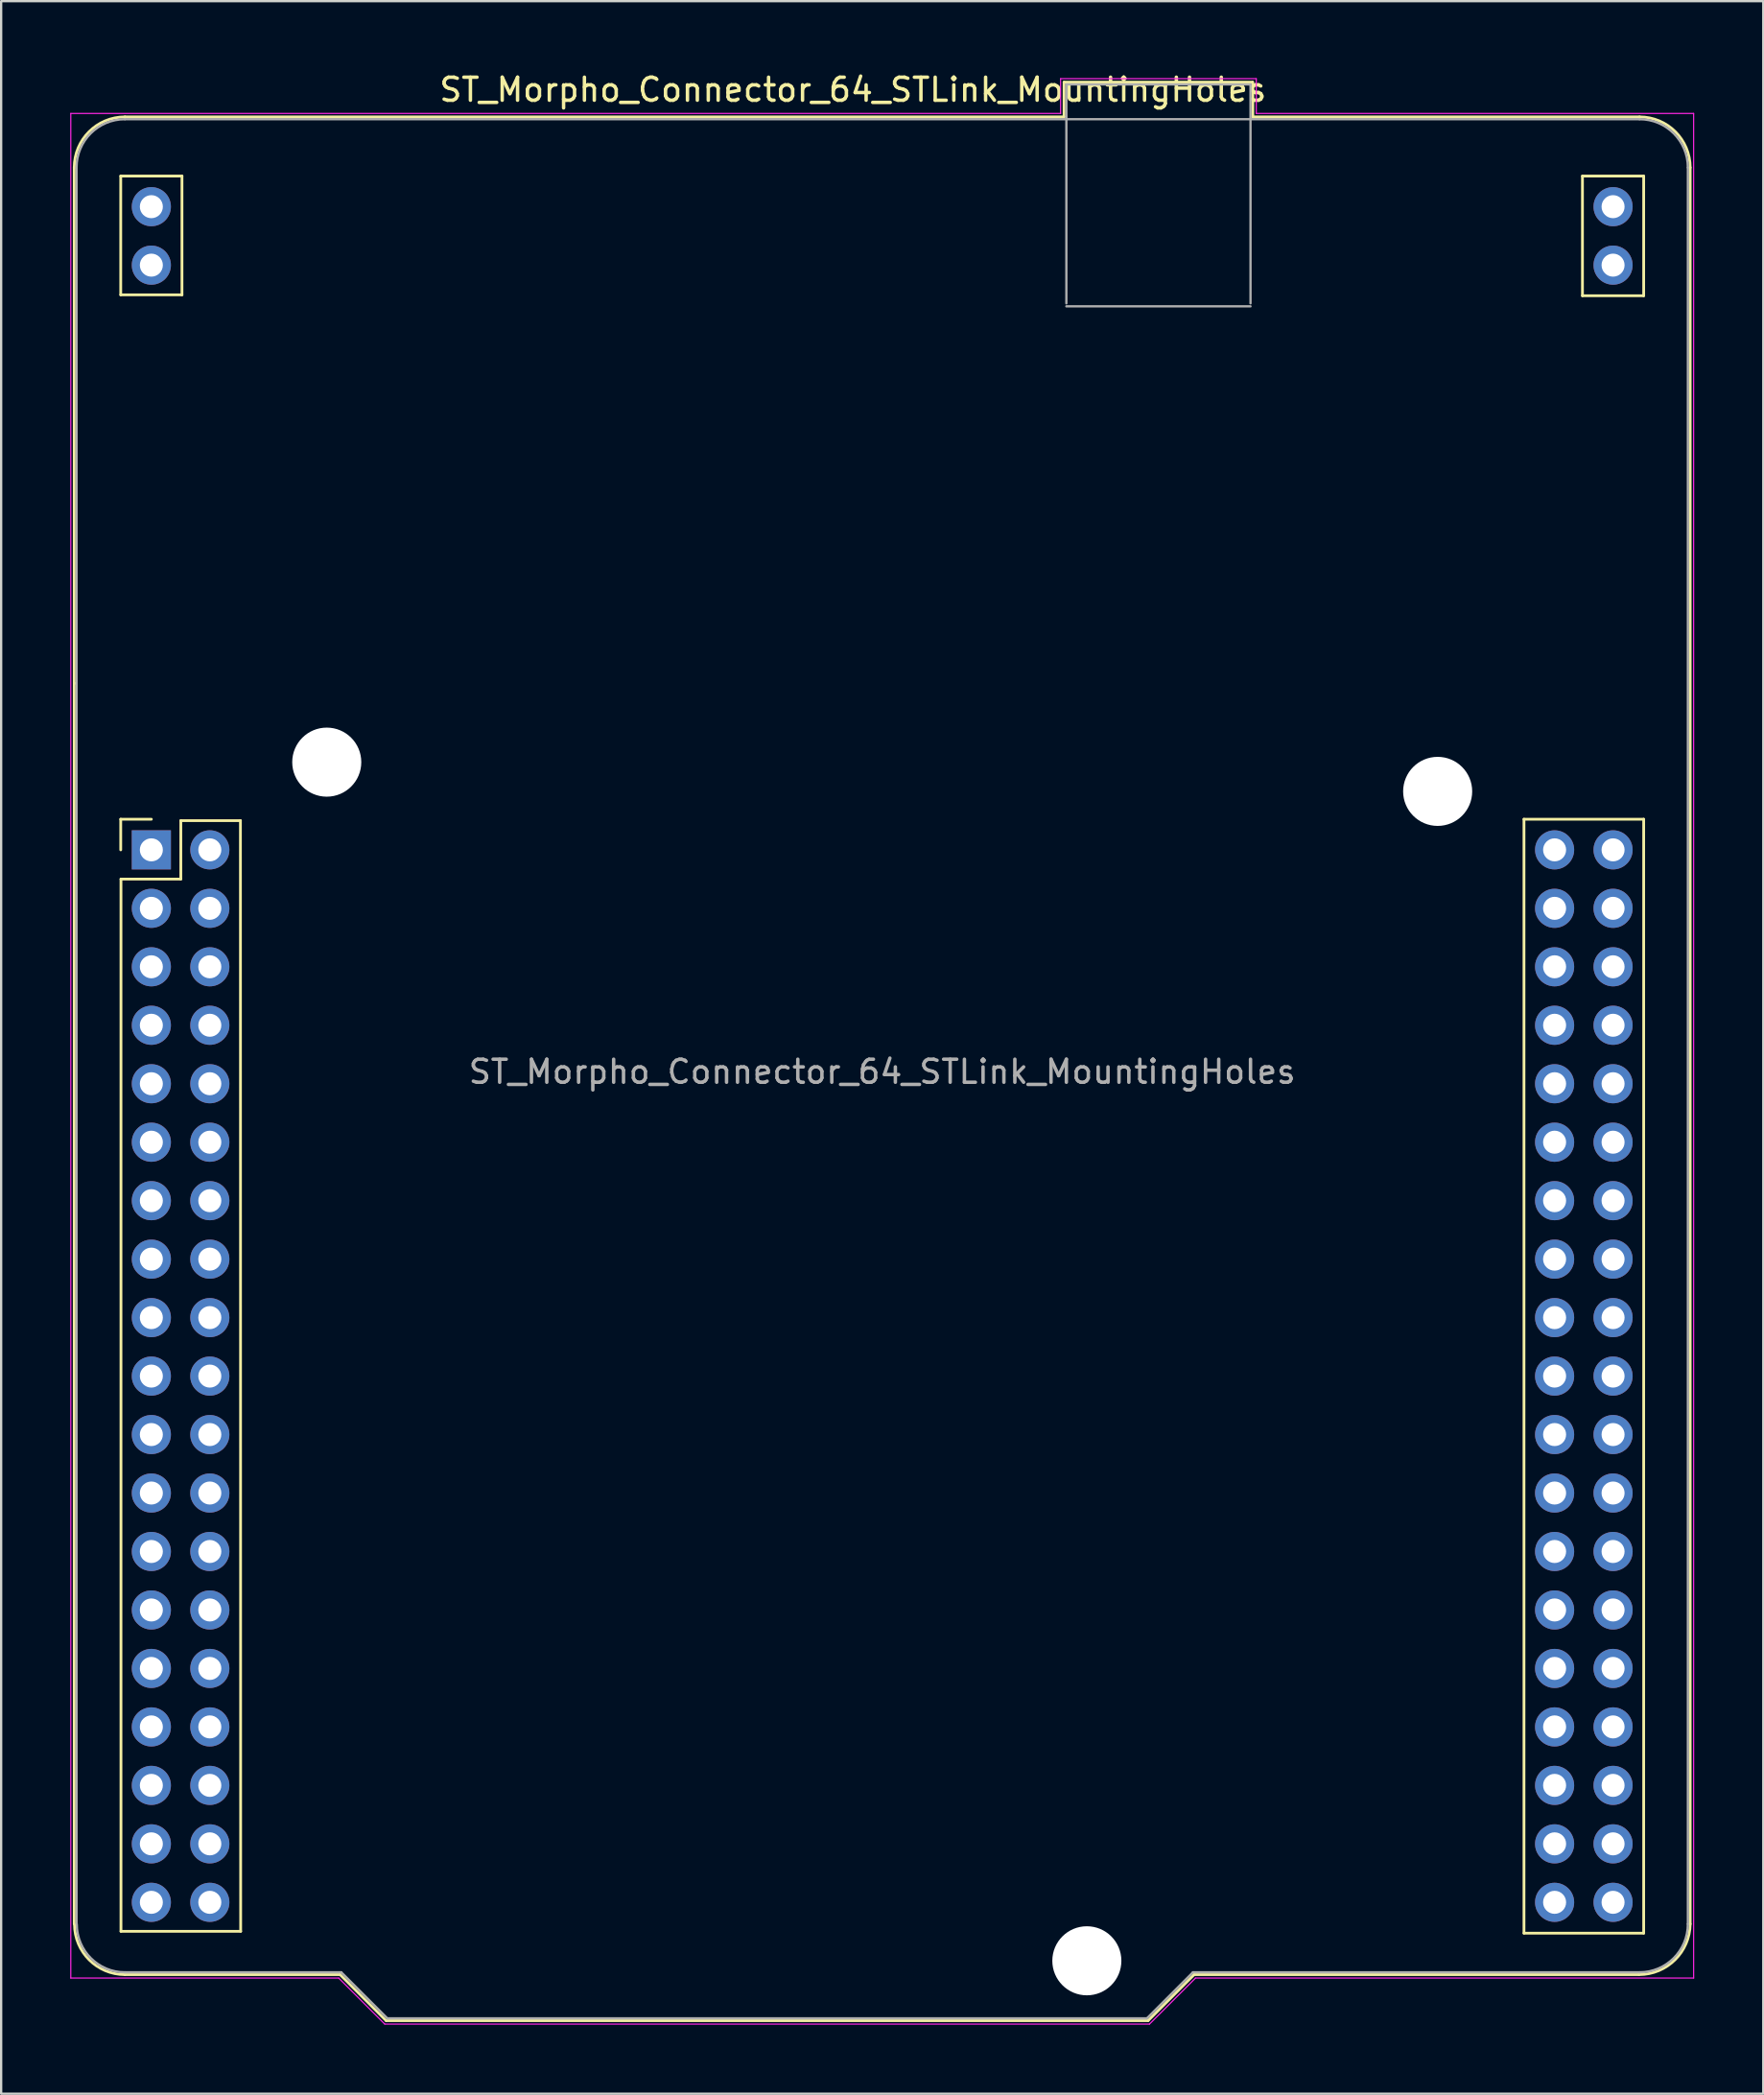
<source format=kicad_pcb>
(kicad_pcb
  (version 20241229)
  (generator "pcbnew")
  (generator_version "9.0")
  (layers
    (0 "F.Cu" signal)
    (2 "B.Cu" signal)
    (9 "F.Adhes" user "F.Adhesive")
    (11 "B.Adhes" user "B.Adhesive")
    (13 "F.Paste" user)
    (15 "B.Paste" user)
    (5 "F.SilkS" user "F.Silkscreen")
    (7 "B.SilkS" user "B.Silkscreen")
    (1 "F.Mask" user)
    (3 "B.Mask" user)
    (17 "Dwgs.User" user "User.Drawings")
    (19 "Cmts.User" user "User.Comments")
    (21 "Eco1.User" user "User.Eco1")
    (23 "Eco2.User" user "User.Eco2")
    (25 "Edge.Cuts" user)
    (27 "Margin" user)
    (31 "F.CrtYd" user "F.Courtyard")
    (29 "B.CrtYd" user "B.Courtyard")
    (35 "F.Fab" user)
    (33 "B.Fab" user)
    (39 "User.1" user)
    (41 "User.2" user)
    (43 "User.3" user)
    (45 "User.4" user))
  (footprint "ST_Morpho_Connector_64_STLink_MountingHoles"
    (layer "F.Cu")
    (at 3.525 33.868)
    (property "Reference" "ST_Morpho_Connector_64_STLink_MountingHoles" (at 30.48 -33.02 0) (layer "F.SilkS") (effects (font (size 1 1) (thickness 0.15))))
    (attr through_hole)
    (fp_line (start -3.35 -29.64) (end -3.35 46.66) (stroke (width 0.12) (type solid)) (layer "F.SilkS"))
    (fp_line (start -3.301 -7.229) (end -3.302 -7.235) (stroke (width 0.1) (type solid)) (layer "F.SilkS"))
    (fp_line (start -1.33 -29.27) (end 1.33 -29.27) (stroke (width 0.12) (type solid)) (layer "F.SilkS"))
    (fp_line (start -1.33 -24.11) (end -1.33 -29.27) (stroke (width 0.12) (type solid)) (layer "F.SilkS"))
    (fp_line (start -1.33 -1.33) (end -1.33 0) (stroke (width 0.12) (type solid)) (layer "F.SilkS"))
    (fp_line (start -1.32 1.27) (end -1.32 46.98) (stroke (width 0.12) (type solid)) (layer "F.SilkS"))
    (fp_line (start -1.32 46.98) (end 3.88 46.98) (stroke (width 0.12) (type solid)) (layer "F.SilkS"))
    (fp_line (start -1.15 -31.84) (end 39.65 -31.84) (stroke (width 0.12) (type solid)) (layer "F.SilkS"))
    (fp_line (start 0 -1.33) (end -1.33 -1.33) (stroke (width 0.12) (type solid)) (layer "F.SilkS"))
    (fp_line (start 1.28 -1.27) (end 1.28 1.27) (stroke (width 0.12) (type solid)) (layer "F.SilkS"))
    (fp_line (start 1.28 1.27) (end -1.32 1.27) (stroke (width 0.12) (type solid)) (layer "F.SilkS"))
    (fp_line (start 1.33 -29.27) (end 1.33 -24.11) (stroke (width 0.12) (type solid)) (layer "F.SilkS"))
    (fp_line (start 1.33 -24.11) (end -1.33 -24.11) (stroke (width 0.12) (type solid)) (layer "F.SilkS"))
    (fp_line (start 3.87 -1.27) (end 1.28 -1.27) (stroke (width 0.12) (type solid)) (layer "F.SilkS"))
    (fp_line (start 3.88 46.98) (end 3.87 -1.27) (stroke (width 0.12) (type solid)) (layer "F.SilkS"))
    (fp_line (start 8.2 48.86) (end -1.15 48.86) (stroke (width 0.12) (type solid)) (layer "F.SilkS"))
    (fp_line (start 10.2 50.86) (end 8.2 48.86) (stroke (width 0.12) (type solid)) (layer "F.SilkS"))
    (fp_line (start 39.65 -31.84) (end 39.65 -33.35) (stroke (width 0.12) (type solid)) (layer "F.SilkS"))
    (fp_line (start 43.3 50.86) (end 10.2 50.86) (stroke (width 0.12) (type solid)) (layer "F.SilkS"))
    (fp_line (start 45.3 48.86) (end 43.3 50.86) (stroke (width 0.12) (type solid)) (layer "F.SilkS"))
    (fp_line (start 47.82 -33.35) (end 39.65 -33.35) (stroke (width 0.12) (type solid)) (layer "F.SilkS"))
    (fp_line (start 47.85 -31.84) (end 47.85 -33.35) (stroke (width 0.12) (type solid)) (layer "F.SilkS"))
    (fp_line (start 59.63 -1.33) (end 64.83 -1.33) (stroke (width 0.12) (type solid)) (layer "F.SilkS"))
    (fp_line (start 59.63 47.06) (end 59.63 -1.33) (stroke (width 0.12) (type solid)) (layer "F.SilkS"))
    (fp_line (start 62.17 -29.27) (end 64.83 -29.27) (stroke (width 0.12) (type solid)) (layer "F.SilkS"))
    (fp_line (start 62.17 -24.07) (end 62.17 -29.27) (stroke (width 0.12) (type solid)) (layer "F.SilkS"))
    (fp_line (start 64.63 48.86) (end 45.3 48.86) (stroke (width 0.12) (type solid)) (layer "F.SilkS"))
    (fp_line (start 64.65 -31.84) (end 47.85 -31.84) (stroke (width 0.12) (type solid)) (layer "F.SilkS"))
    (fp_line (start 64.83 -29.27) (end 64.83 -24.07) (stroke (width 0.12) (type solid)) (layer "F.SilkS"))
    (fp_line (start 64.83 -24.07) (end 62.17 -24.07) (stroke (width 0.12) (type solid)) (layer "F.SilkS"))
    (fp_line (start 64.83 -1.33) (end 64.83 47.06) (stroke (width 0.12) (type solid)) (layer "F.SilkS"))
    (fp_line (start 64.83 47.06) (end 59.63 47.06) (stroke (width 0.12) (type solid)) (layer "F.SilkS"))
    (fp_line (start 66.85 -29.64) (end 66.85 46.66) (stroke (width 0.12) (type solid)) (layer "F.SilkS"))
    (fp_arc (start -3.35 -29.64) (mid -2.705584 -31.195542) (end -1.15 -31.839856) (stroke (width 0.12) (type solid)) (layer "F.SilkS"))
    (fp_arc (start -1.15 48.86) (mid -2.698564 48.218564) (end -3.34 46.67) (stroke (width 0.12) (type solid)) (layer "F.SilkS"))
    (fp_arc (start 64.65 -31.84) (mid 66.205635 -31.195635) (end 66.85 -29.64) (stroke (width 0.12) (type solid)) (layer "F.SilkS"))
    (fp_arc (start 66.85 46.65986) (mid 66.189548 48.217086) (end 64.625 48.86) (stroke (width 0.12) (type solid)) (layer "F.SilkS"))
    (fp_line (start -3.5 -31.99) (end -3.5 49.01) (stroke (width 0.05) (type solid)) (layer "F.CrtYd"))
    (fp_line (start -3.5 -31.99) (end 39.5 -31.99) (stroke (width 0.05) (type solid)) (layer "F.CrtYd"))
    (fp_line (start 8.14 49.01) (end -3.5 49.01) (stroke (width 0.05) (type solid)) (layer "F.CrtYd"))
    (fp_line (start 8.14 49.01) (end 10.14 51.01) (stroke (width 0.05) (type solid)) (layer "F.CrtYd"))
    (fp_line (start 39.5 -33.5) (end 39.5 -31.99) (stroke (width 0.05) (type solid)) (layer "F.CrtYd"))
    (fp_line (start 39.5 -33.5) (end 48 -33.5) (stroke (width 0.05) (type solid)) (layer "F.CrtYd"))
    (fp_line (start 43.36 51.01) (end 10.14 51.01) (stroke (width 0.05) (type solid)) (layer "F.CrtYd"))
    (fp_line (start 45.36 49.01) (end 43.36 51.01) (stroke (width 0.05) (type solid)) (layer "F.CrtYd"))
    (fp_line (start 48 -31.99) (end 48 -33.5) (stroke (width 0.05) (type solid)) (layer "F.CrtYd"))
    (fp_line (start 67 -31.99) (end 48 -31.99) (stroke (width 0.05) (type solid)) (layer "F.CrtYd"))
    (fp_line (start 67 49.01) (end 45.36 49.01) (stroke (width 0.05) (type solid)) (layer "F.CrtYd"))
    (fp_line (start 67 49.01) (end 67 -31.99) (stroke (width 0.05) (type solid)) (layer "F.CrtYd"))
    (fp_line (start -3.25 46.66) (end -3.25 -29.64) (stroke (width 0.1) (type solid)) (layer "F.Fab"))
    (fp_line (start -1.15 -31.74) (end 64.65 -31.74) (stroke (width 0.1) (type solid)) (layer "F.Fab"))
    (fp_line (start 8.25 48.76) (end -1.15 48.76) (stroke (width 0.1) (type solid)) (layer "F.Fab"))
    (fp_line (start 10.25 50.76) (end 8.25 48.76) (stroke (width 0.1) (type solid)) (layer "F.Fab"))
    (fp_line (start 10.25 50.76) (end 43.25 50.76) (stroke (width 0.1) (type solid)) (layer "F.Fab"))
    (fp_line (start 39.75 -23.74) (end 39.75 -33.25) (stroke (width 0.1) (type solid)) (layer "F.Fab"))
    (fp_line (start 43.25 50.76) (end 45.25 48.76) (stroke (width 0.1) (type solid)) (layer "F.Fab"))
    (fp_line (start 45.25 48.76) (end 64.65 48.76) (stroke (width 0.1) (type solid)) (layer "F.Fab"))
    (fp_line (start 47.75 -33.25) (end 39.75 -33.25) (stroke (width 0.1) (type solid)) (layer "F.Fab"))
    (fp_line (start 47.75 -23.74) (end 47.75 -33.25) (stroke (width 0.1) (type solid)) (layer "F.Fab"))
    (fp_line (start 47.75 -23.61) (end 39.75 -23.61) (stroke (width 0.1) (type solid)) (layer "F.Fab"))
    (fp_line (start 66.75 -29.64) (end 66.75 46.66) (stroke (width 0.1) (type solid)) (layer "F.Fab"))
    (fp_arc (start -3.25 -29.64) (mid -2.634924 -31.124924) (end -1.15 -31.74) (stroke (width 0.1) (type solid)) (layer "F.Fab"))
    (fp_arc (start -1.15 48.76) (mid -2.627853 48.147853) (end -3.24 46.67) (stroke (width 0.1) (type solid)) (layer "F.Fab"))
    (fp_arc (start 64.65 -31.74) (mid 66.134924 -31.124924) (end 66.75 -29.64) (stroke (width 0.1) (type solid)) (layer "F.Fab"))
    (fp_arc (start 66.75 46.66) (mid 66.134924 48.144924) (end 64.65 48.76) (stroke (width 0.1) (type solid)) (layer "F.Fab"))
    (fp_text user "${REFERENCE}" (at 31.75 9.64 0) (layer "F.Fab") (effects (font (size 1 1) (thickness 0.15))))
    (pad "" np_thru_hole circle (at 7.62 -3.81) (size 3 3) (drill 3) (layers "*.Cu" "*.Mask"))
    (pad "" np_thru_hole circle (at 40.64 48.26) (size 3 3) (drill 3) (layers "*.Cu" "*.Mask"))
    (pad "" np_thru_hole circle (at 55.88 -2.54) (size 3 3) (drill 3) (layers "*.Cu" "*.Mask"))
    (pad "1" thru_hole rect (at 0 0) (size 1.7 1.7) (drill 1) (layers "*.Cu" "*.Mask"))
    (pad "2" thru_hole circle (at 2.54 0) (size 1.7 1.7) (drill 1) (layers "*.Cu" "*.Mask"))
    (pad "3" thru_hole circle (at 0 2.54) (size 1.7 1.7) (drill 1) (layers "*.Cu" "*.Mask"))
    (pad "4" thru_hole circle (at 2.54 2.54) (size 1.7 1.7) (drill 1) (layers "*.Cu" "*.Mask"))
    (pad "5" thru_hole circle (at 0 5.08) (size 1.7 1.7) (drill 1) (layers "*.Cu" "*.Mask"))
    (pad "6" thru_hole circle (at 2.54 5.08) (size 1.7 1.7) (drill 1) (layers "*.Cu" "*.Mask"))
    (pad "7" thru_hole circle (at 0 7.62) (size 1.7 1.7) (drill 1) (layers "*.Cu" "*.Mask"))
    (pad "8" thru_hole circle (at 2.54 7.62) (size 1.7 1.7) (drill 1) (layers "*.Cu" "*.Mask"))
    (pad "9" thru_hole circle (at 0 10.16) (size 1.7 1.7) (drill 1) (layers "*.Cu" "*.Mask"))
    (pad "10" thru_hole circle (at 2.54 10.16) (size 1.7 1.7) (drill 1) (layers "*.Cu" "*.Mask"))
    (pad "11" thru_hole circle (at 0 12.7) (size 1.7 1.7) (drill 1) (layers "*.Cu" "*.Mask"))
    (pad "12" thru_hole circle (at 2.54 12.7) (size 1.7 1.7) (drill 1) (layers "*.Cu" "*.Mask"))
    (pad "13" thru_hole circle (at 0 15.24) (size 1.7 1.7) (drill 1) (layers "*.Cu" "*.Mask"))
    (pad "14" thru_hole circle (at 2.54 15.24) (size 1.7 1.7) (drill 1) (layers "*.Cu" "*.Mask"))
    (pad "15" thru_hole circle (at 0 17.78) (size 1.7 1.7) (drill 1) (layers "*.Cu" "*.Mask"))
    (pad "16" thru_hole circle (at 2.54 17.78) (size 1.7 1.7) (drill 1) (layers "*.Cu" "*.Mask"))
    (pad "17" thru_hole circle (at 0 20.32) (size 1.7 1.7) (drill 1) (layers "*.Cu" "*.Mask"))
    (pad "18" thru_hole circle (at 2.54 20.32) (size 1.7 1.7) (drill 1) (layers "*.Cu" "*.Mask"))
    (pad "19" thru_hole circle (at 0 22.86) (size 1.7 1.7) (drill 1) (layers "*.Cu" "*.Mask"))
    (pad "20" thru_hole circle (at 2.54 22.86) (size 1.7 1.7) (drill 1) (layers "*.Cu" "*.Mask"))
    (pad "21" thru_hole circle (at 0 25.4) (size 1.7 1.7) (drill 1) (layers "*.Cu" "*.Mask"))
    (pad "22" thru_hole circle (at 2.54 25.4) (size 1.7 1.7) (drill 1) (layers "*.Cu" "*.Mask"))
    (pad "23" thru_hole circle (at 0 27.94) (size 1.7 1.7) (drill 1) (layers "*.Cu" "*.Mask"))
    (pad "24" thru_hole circle (at 2.54 27.94) (size 1.7 1.7) (drill 1) (layers "*.Cu" "*.Mask"))
    (pad "25" thru_hole circle (at 0 30.48) (size 1.7 1.7) (drill 1) (layers "*.Cu" "*.Mask"))
    (pad "26" thru_hole circle (at 2.54 30.48) (size 1.7 1.7) (drill 1) (layers "*.Cu" "*.Mask"))
    (pad "27" thru_hole circle (at 0 33.02) (size 1.7 1.7) (drill 1) (layers "*.Cu" "*.Mask"))
    (pad "28" thru_hole circle (at 2.54 33.02) (size 1.7 1.7) (drill 1) (layers "*.Cu" "*.Mask"))
    (pad "29" thru_hole circle (at 0 35.56) (size 1.7 1.7) (drill 1) (layers "*.Cu" "*.Mask"))
    (pad "30" thru_hole circle (at 2.54 35.56) (size 1.7 1.7) (drill 1) (layers "*.Cu" "*.Mask"))
    (pad "31" thru_hole circle (at 0 38.1) (size 1.7 1.7) (drill 1) (layers "*.Cu" "*.Mask"))
    (pad "32" thru_hole circle (at 2.54 38.1) (size 1.7 1.7) (drill 1) (layers "*.Cu" "*.Mask"))
    (pad "33" thru_hole circle (at 0 40.64) (size 1.7 1.7) (drill 1) (layers "*.Cu" "*.Mask"))
    (pad "34" thru_hole circle (at 2.54 40.64) (size 1.7 1.7) (drill 1) (layers "*.Cu" "*.Mask"))
    (pad "35" thru_hole circle (at 0 43.18) (size 1.7 1.7) (drill 1) (layers "*.Cu" "*.Mask"))
    (pad "36" thru_hole circle (at 2.54 43.18) (size 1.7 1.7) (drill 1) (layers "*.Cu" "*.Mask"))
    (pad "37" thru_hole circle (at 0 45.72) (size 1.7 1.7) (drill 1) (layers "*.Cu" "*.Mask"))
    (pad "38" thru_hole circle (at 2.54 45.72) (size 1.7 1.7) (drill 1) (layers "*.Cu" "*.Mask"))
    (pad "39" thru_hole circle (at 60.96 0) (size 1.7 1.7) (drill 1) (layers "*.Cu" "*.Mask"))
    (pad "40" thru_hole circle (at 63.5 0) (size 1.7 1.7) (drill 1) (layers "*.Cu" "*.Mask"))
    (pad "41" thru_hole circle (at 60.96 2.54) (size 1.7 1.7) (drill 1) (layers "*.Cu" "*.Mask"))
    (pad "42" thru_hole circle (at 63.5 2.54) (size 1.7 1.7) (drill 1) (layers "*.Cu" "*.Mask"))
    (pad "43" thru_hole circle (at 60.96 5.08) (size 1.7 1.7) (drill 1) (layers "*.Cu" "*.Mask"))
    (pad "44" thru_hole circle (at 63.5 5.08) (size 1.7 1.7) (drill 1) (layers "*.Cu" "*.Mask"))
    (pad "45" thru_hole circle (at 60.96 7.62) (size 1.7 1.7) (drill 1) (layers "*.Cu" "*.Mask"))
    (pad "46" thru_hole circle (at 63.5 7.62) (size 1.7 1.7) (drill 1) (layers "*.Cu" "*.Mask"))
    (pad "47" thru_hole circle (at 60.96 10.16) (size 1.7 1.7) (drill 1) (layers "*.Cu" "*.Mask"))
    (pad "48" thru_hole circle (at 63.5 10.16) (size 1.7 1.7) (drill 1) (layers "*.Cu" "*.Mask"))
    (pad "49" thru_hole circle (at 60.96 12.7) (size 1.7 1.7) (drill 1) (layers "*.Cu" "*.Mask"))
    (pad "50" thru_hole circle (at 63.5 12.7) (size 1.7 1.7) (drill 1) (layers "*.Cu" "*.Mask"))
    (pad "51" thru_hole circle (at 60.96 15.24) (size 1.7 1.7) (drill 1) (layers "*.Cu" "*.Mask"))
    (pad "52" thru_hole circle (at 63.5 15.24) (size 1.7 1.7) (drill 1) (layers "*.Cu" "*.Mask"))
    (pad "53" thru_hole circle (at 60.96 17.78) (size 1.7 1.7) (drill 1) (layers "*.Cu" "*.Mask"))
    (pad "54" thru_hole circle (at 63.5 17.78) (size 1.7 1.7) (drill 1) (layers "*.Cu" "*.Mask"))
    (pad "55" thru_hole circle (at 60.96 20.32) (size 1.7 1.7) (drill 1) (layers "*.Cu" "*.Mask"))
    (pad "56" thru_hole circle (at 63.5 20.32) (size 1.7 1.7) (drill 1) (layers "*.Cu" "*.Mask"))
    (pad "57" thru_hole circle (at 60.96 22.86) (size 1.7 1.7) (drill 1) (layers "*.Cu" "*.Mask"))
    (pad "58" thru_hole circle (at 63.5 22.86) (size 1.7 1.7) (drill 1) (layers "*.Cu" "*.Mask"))
    (pad "59" thru_hole circle (at 60.96 25.4) (size 1.7 1.7) (drill 1) (layers "*.Cu" "*.Mask"))
    (pad "60" thru_hole circle (at 63.5 25.4) (size 1.7 1.7) (drill 1) (layers "*.Cu" "*.Mask"))
    (pad "61" thru_hole circle (at 60.96 27.94) (size 1.7 1.7) (drill 1) (layers "*.Cu" "*.Mask"))
    (pad "62" thru_hole circle (at 63.5 27.94) (size 1.7 1.7) (drill 1) (layers "*.Cu" "*.Mask"))
    (pad "63" thru_hole circle (at 60.96 30.48) (size 1.7 1.7) (drill 1) (layers "*.Cu" "*.Mask"))
    (pad "64" thru_hole circle (at 63.5 30.48) (size 1.7 1.7) (drill 1) (layers "*.Cu" "*.Mask"))
    (pad "65" thru_hole circle (at 60.96 33.02) (size 1.7 1.7) (drill 1) (layers "*.Cu" "*.Mask"))
    (pad "66" thru_hole circle (at 63.5 33.02) (size 1.7 1.7) (drill 1) (layers "*.Cu" "*.Mask"))
    (pad "67" thru_hole circle (at 60.96 35.56) (size 1.7 1.7) (drill 1) (layers "*.Cu" "*.Mask"))
    (pad "68" thru_hole circle (at 63.5 35.56) (size 1.7 1.7) (drill 1) (layers "*.Cu" "*.Mask"))
    (pad "69" thru_hole circle (at 60.96 38.1) (size 1.7 1.7) (drill 1) (layers "*.Cu" "*.Mask"))
    (pad "70" thru_hole circle (at 63.5 38.1) (size 1.7 1.7) (drill 1) (layers "*.Cu" "*.Mask"))
    (pad "71" thru_hole circle (at 60.96 40.64) (size 1.7 1.7) (drill 1) (layers "*.Cu" "*.Mask"))
    (pad "72" thru_hole circle (at 63.5 40.64) (size 1.7 1.7) (drill 1) (layers "*.Cu" "*.Mask"))
    (pad "73" thru_hole circle (at 60.96 43.18) (size 1.7 1.7) (drill 1) (layers "*.Cu" "*.Mask"))
    (pad "74" thru_hole circle (at 63.5 43.18) (size 1.7 1.7) (drill 1) (layers "*.Cu" "*.Mask"))
    (pad "75" thru_hole circle (at 60.96 45.72) (size 1.7 1.7) (drill 1) (layers "*.Cu" "*.Mask"))
    (pad "76" thru_hole circle (at 63.5 45.72) (size 1.7 1.7) (drill 1) (layers "*.Cu" "*.Mask"))
    (pad "77" thru_hole circle (at 0 -27.94) (size 1.7 1.7) (drill 1) (layers "*.Cu" "*.Mask"))
    (pad "78" thru_hole circle (at 0 -25.4) (size 1.7 1.7) (drill 1) (layers "*.Cu" "*.Mask"))
    (pad "79" thru_hole circle (at 63.5 -27.94) (size 1.7 1.7) (drill 1) (layers "*.Cu" "*.Mask"))
    (pad "80" thru_hole circle (at 63.5 -25.4) (size 1.7 1.7) (drill 1) (layers "*.Cu" "*.Mask")))
  (gr_rect
    (start -3 -3)
    (end 73.55 87.903)
    (stroke (width 0.1) (type default))
    (fill no)
    (layer "Edge.Cuts")))
</source>
